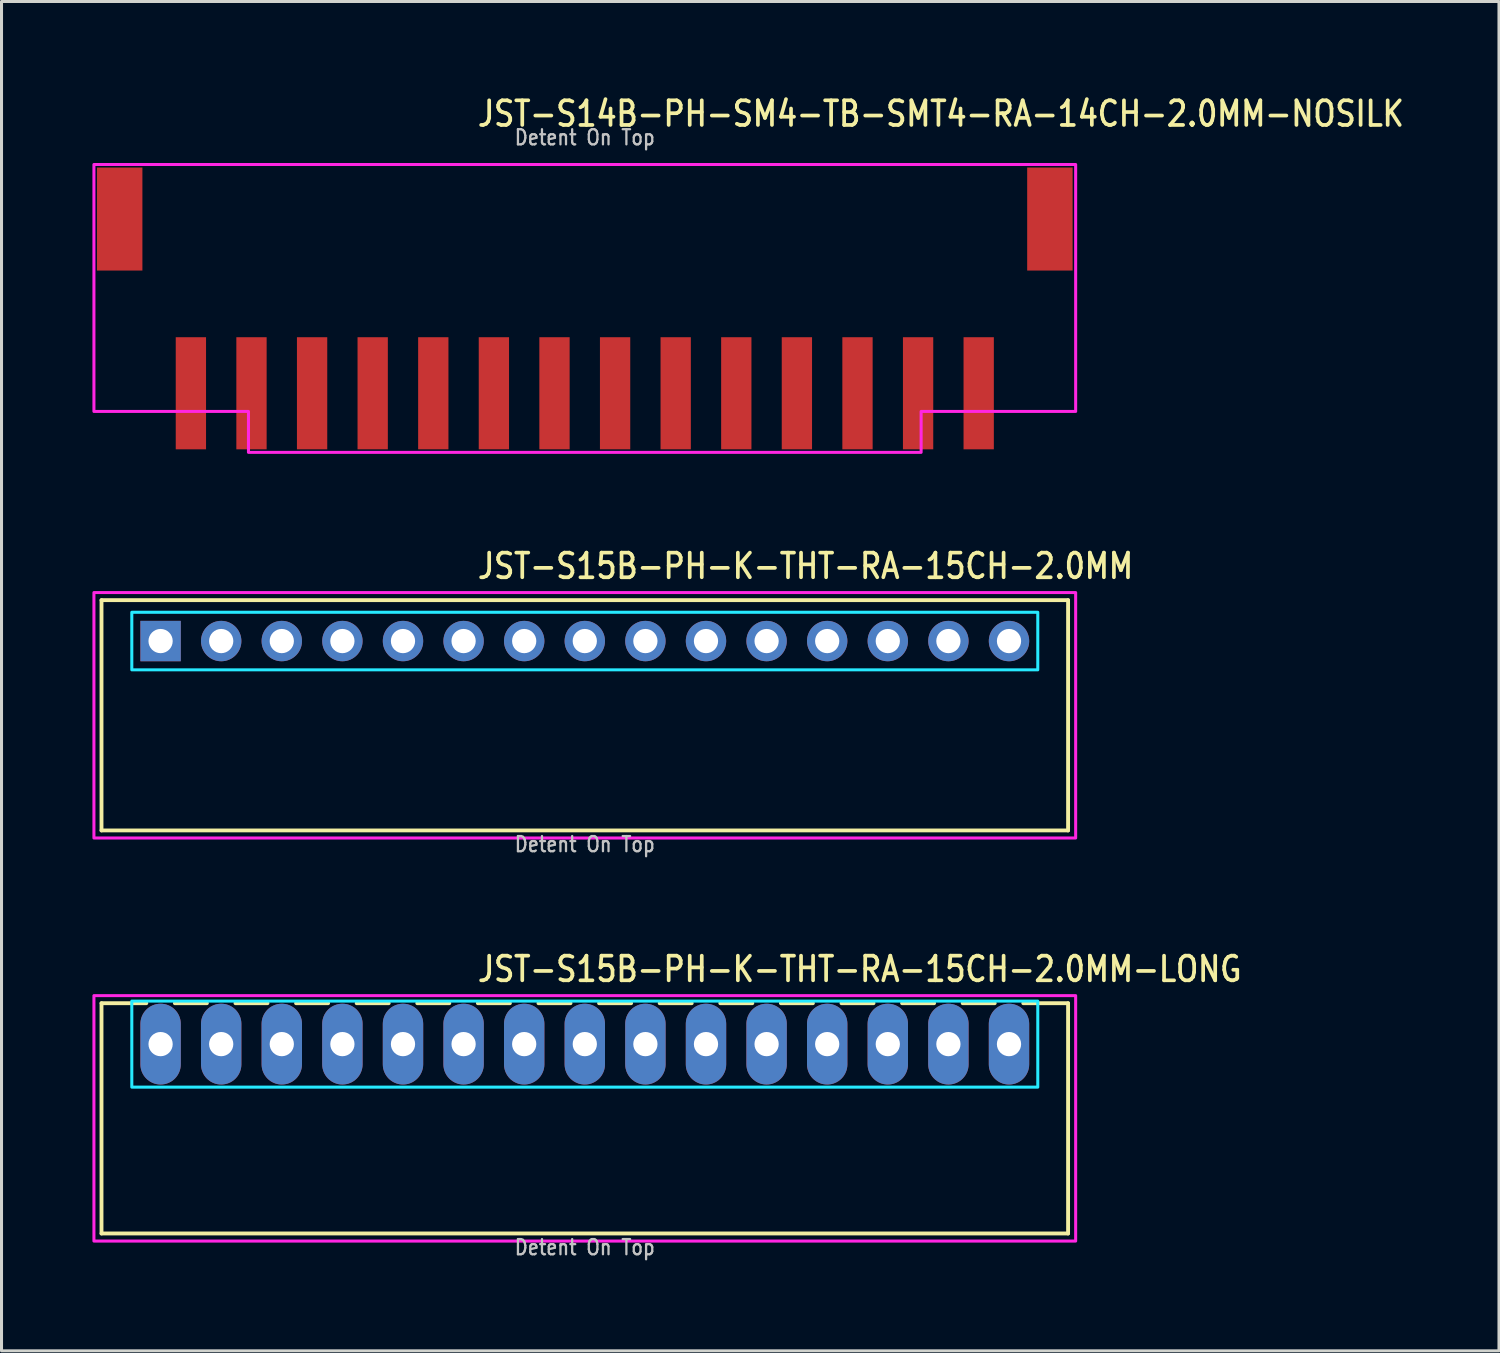
<source format=kicad_pcb>
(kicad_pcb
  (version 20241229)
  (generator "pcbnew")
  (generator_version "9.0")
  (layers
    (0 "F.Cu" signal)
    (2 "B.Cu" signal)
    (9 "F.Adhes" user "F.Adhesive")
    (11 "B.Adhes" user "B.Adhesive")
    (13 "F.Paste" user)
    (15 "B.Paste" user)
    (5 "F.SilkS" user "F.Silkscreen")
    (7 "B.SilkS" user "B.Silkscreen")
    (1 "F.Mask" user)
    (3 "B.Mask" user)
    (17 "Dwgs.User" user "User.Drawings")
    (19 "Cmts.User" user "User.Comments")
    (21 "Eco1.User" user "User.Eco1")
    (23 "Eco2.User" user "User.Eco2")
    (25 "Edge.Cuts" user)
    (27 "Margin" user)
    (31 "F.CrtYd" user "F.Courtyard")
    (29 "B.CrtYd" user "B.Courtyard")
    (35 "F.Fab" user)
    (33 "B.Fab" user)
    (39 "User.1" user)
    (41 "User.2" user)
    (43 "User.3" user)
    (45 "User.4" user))
  (footprint "JST-S14B-PH-SM4-TB-SMT4-RA-14CH-2.0MM-NOSILK"
    (layer "F.Cu")
    (at 16.25 4.179)
    (property "Reference" "JST-S14B-PH-SM4-TB-SMT4-RA-14CH-2.0MM-NOSILK" (at -3.6 -3 0) (unlocked yes) (layer "F.SilkS") (effects (font (size 0.813 0.695) (thickness 0.122)) (justify left bottom)))
    (fp_poly (pts (xy -16.2 -1.8) (xy -16.2 6.35) (xy -11.1 6.35) (xy -11.1 7.7) (xy 11.1 7.7) (xy 11.1 6.35) (xy 16.2 6.35) (xy 16.2 -1.8)) (stroke (width 0.1) (type solid)) (fill no) (layer "F.CrtYd"))
    (fp_text user "Detent On Top" (at 0 -2.4 0) (unlocked yes) (layer "Dwgs.User") (effects (font (size 0.5 0.427) (thickness 0.075)) (justify bottom)))
    (pad "1" smd rect (at 13 5.75) (size 1 3.7) (layers "F.Cu" "F.Mask" "F.Paste"))
    (pad "2" smd rect (at 11 5.75) (size 1 3.7) (layers "F.Cu" "F.Mask" "F.Paste"))
    (pad "3" smd rect (at 9 5.75) (size 1 3.7) (layers "F.Cu" "F.Mask" "F.Paste"))
    (pad "4" smd rect (at 7 5.75) (size 1 3.7) (layers "F.Cu" "F.Mask" "F.Paste"))
    (pad "5" smd rect (at 5 5.75) (size 1 3.7) (layers "F.Cu" "F.Mask" "F.Paste"))
    (pad "6" smd rect (at 3 5.75) (size 1 3.7) (layers "F.Cu" "F.Mask" "F.Paste"))
    (pad "7" smd rect (at 1 5.75) (size 1 3.7) (layers "F.Cu" "F.Mask" "F.Paste"))
    (pad "8" smd rect (at -1 5.75) (size 1 3.7) (layers "F.Cu" "F.Mask" "F.Paste"))
    (pad "9" smd rect (at -3 5.75) (size 1 3.7) (layers "F.Cu" "F.Mask" "F.Paste"))
    (pad "10" smd rect (at -5 5.75) (size 1 3.7) (layers "F.Cu" "F.Mask" "F.Paste"))
    (pad "11" smd rect (at -7 5.75) (size 1 3.7) (layers "F.Cu" "F.Mask" "F.Paste"))
    (pad "12" smd rect (at -9 5.75) (size 1 3.7) (layers "F.Cu" "F.Mask" "F.Paste"))
    (pad "13" smd rect (at -11 5.75) (size 1 3.7) (layers "F.Cu" "F.Mask" "F.Paste"))
    (pad "14" smd rect (at -13 5.75) (size 1 3.7) (layers "F.Cu" "F.Mask" "F.Paste"))
    (pad "S_1" smd rect (at -15.35 0) (size 1.5 3.4) (layers "F.Cu" "F.Mask" "F.Paste"))
    (pad "S_2" smd rect (at 15.35 0) (size 1.5 3.4) (layers "F.Cu" "F.Mask" "F.Paste")))
  (footprint "JST-S15B-PH-K-THT-RA-15CH-2.0MM"
    (layer "F.Cu")
    (at 16.25 18.107)
    (property "Reference" "JST-S15B-PH-K-THT-RA-15CH-2.0MM" (at -3.6 -2 0) (unlocked yes) (layer "F.SilkS") (effects (font (size 0.813 0.695) (thickness 0.122)) (justify left bottom)))
    (fp_line (start -15.95 -1.35) (end 15.95 -1.35) (stroke (width 0.127) (type solid)) (layer "F.SilkS"))
    (fp_line (start -15.95 6.25) (end -15.95 -1.35) (stroke (width 0.127) (type solid)) (layer "F.SilkS"))
    (fp_line (start -15.95 6.25) (end 15.95 6.25) (stroke (width 0.127) (type solid)) (layer "F.SilkS"))
    (fp_line (start 15.95 -1.35) (end 15.95 6.25) (stroke (width 0.127) (type solid)) (layer "F.SilkS"))
    (fp_poly (pts (xy -14.95 -0.95) (xy -14.95 0.95) (xy 14.95 0.95) (xy 14.95 -0.95)) (stroke (width 0.1) (type solid)) (fill no) (layer "B.CrtYd"))
    (fp_poly (pts (xy -16.2 -1.6) (xy -16.2 6.5) (xy 16.2 6.5) (xy 16.2 -1.6)) (stroke (width 0.1) (type solid)) (fill no) (layer "F.CrtYd"))
    (fp_text user "Detent On Top" (at 0 7 0) (unlocked yes) (layer "Dwgs.User") (effects (font (size 0.5 0.427) (thickness 0.075)) (justify bottom)))
    (pad "1" thru_hole rect (at -14 0) (size 1.333 1.333) (drill 0.8) (layers "*.Cu" "*.Mask"))
    (pad "2" thru_hole oval (at -12 0) (size 1.333 1.333) (drill 0.8) (layers "*.Cu" "*.Mask"))
    (pad "3" thru_hole oval (at -10 0) (size 1.333 1.333) (drill 0.8) (layers "*.Cu" "*.Mask"))
    (pad "4" thru_hole oval (at -8 0) (size 1.333 1.333) (drill 0.8) (layers "*.Cu" "*.Mask"))
    (pad "5" thru_hole oval (at -6 0) (size 1.333 1.333) (drill 0.8) (layers "*.Cu" "*.Mask"))
    (pad "6" thru_hole oval (at -4 0) (size 1.333 1.333) (drill 0.8) (layers "*.Cu" "*.Mask"))
    (pad "7" thru_hole oval (at -2 0) (size 1.333 1.333) (drill 0.8) (layers "*.Cu" "*.Mask"))
    (pad "8" thru_hole oval (at 0 0) (size 1.333 1.333) (drill 0.8) (layers "*.Cu" "*.Mask"))
    (pad "9" thru_hole oval (at 2 0) (size 1.333 1.333) (drill 0.8) (layers "*.Cu" "*.Mask"))
    (pad "10" thru_hole oval (at 4 0) (size 1.333 1.333) (drill 0.8) (layers "*.Cu" "*.Mask"))
    (pad "11" thru_hole oval (at 6 0) (size 1.333 1.333) (drill 0.8) (layers "*.Cu" "*.Mask"))
    (pad "12" thru_hole oval (at 8 0) (size 1.333 1.333) (drill 0.8) (layers "*.Cu" "*.Mask"))
    (pad "13" thru_hole oval (at 10 0) (size 1.333 1.333) (drill 0.8) (layers "*.Cu" "*.Mask"))
    (pad "14" thru_hole oval (at 12 0) (size 1.333 1.333) (drill 0.8) (layers "*.Cu" "*.Mask"))
    (pad "15" thru_hole oval (at 14 0) (size 1.333 1.333) (drill 0.8) (layers "*.Cu" "*.Mask")))
  (footprint "JST-S15B-PH-K-THT-RA-15CH-2.0MM-LONG"
    (layer "F.Cu")
    (at 16.25 31.409)
    (property "Reference" "JST-S15B-PH-K-THT-RA-15CH-2.0MM-LONG" (at -3.6 -2 0) (unlocked yes) (layer "F.SilkS") (effects (font (size 0.813 0.695) (thickness 0.122)) (justify left bottom)))
    (fp_line (start -15.95 -1.35) (end -14.471 -1.35) (stroke (width 0.127) (type solid)) (layer "F.SilkS"))
    (fp_line (start -15.95 6.25) (end -15.95 -1.35) (stroke (width 0.127) (type solid)) (layer "F.SilkS"))
    (fp_line (start -15.95 6.25) (end 15.95 6.25) (stroke (width 0.127) (type solid)) (layer "F.SilkS"))
    (fp_line (start -13.529 -1.35) (end -12.471 -1.35) (stroke (width 0.127) (type solid)) (layer "F.SilkS"))
    (fp_line (start -11.529 -1.35) (end -10.471 -1.35) (stroke (width 0.127) (type solid)) (layer "F.SilkS"))
    (fp_line (start -9.529 -1.35) (end -8.471 -1.35) (stroke (width 0.127) (type solid)) (layer "F.SilkS"))
    (fp_line (start -7.529 -1.35) (end -6.471 -1.35) (stroke (width 0.127) (type solid)) (layer "F.SilkS"))
    (fp_line (start -5.529 -1.35) (end -4.471 -1.35) (stroke (width 0.127) (type solid)) (layer "F.SilkS"))
    (fp_line (start -3.529 -1.35) (end -2.471 -1.35) (stroke (width 0.127) (type solid)) (layer "F.SilkS"))
    (fp_line (start -1.529 -1.35) (end -0.471 -1.35) (stroke (width 0.127) (type solid)) (layer "F.SilkS"))
    (fp_line (start 0.471 -1.35) (end 1.529 -1.35) (stroke (width 0.127) (type solid)) (layer "F.SilkS"))
    (fp_line (start 2.471 -1.35) (end 3.529 -1.35) (stroke (width 0.127) (type solid)) (layer "F.SilkS"))
    (fp_line (start 4.471 -1.35) (end 5.529 -1.35) (stroke (width 0.127) (type solid)) (layer "F.SilkS"))
    (fp_line (start 6.471 -1.35) (end 7.529 -1.35) (stroke (width 0.127) (type solid)) (layer "F.SilkS"))
    (fp_line (start 8.471 -1.35) (end 9.529 -1.35) (stroke (width 0.127) (type solid)) (layer "F.SilkS"))
    (fp_line (start 10.471 -1.35) (end 11.529 -1.35) (stroke (width 0.127) (type solid)) (layer "F.SilkS"))
    (fp_line (start 12.471 -1.35) (end 13.529 -1.35) (stroke (width 0.127) (type solid)) (layer "F.SilkS"))
    (fp_line (start 14.471 -1.35) (end 15.95 -1.35) (stroke (width 0.127) (type solid)) (layer "F.SilkS"))
    (fp_line (start 15.95 -1.35) (end 15.95 6.25) (stroke (width 0.127) (type solid)) (layer "F.SilkS"))
    (fp_poly (pts (xy -14.95 -1.42) (xy -14.95 1.42) (xy 14.95 1.42) (xy 14.95 -1.42)) (stroke (width 0.1) (type solid)) (fill no) (layer "B.CrtYd"))
    (fp_poly (pts (xy -16.2 -1.6) (xy -16.2 6.5) (xy 16.2 6.5) (xy 16.2 -1.6)) (stroke (width 0.1) (type solid)) (fill no) (layer "F.CrtYd"))
    (fp_text user "Detent On Top" (at 0 7 0) (unlocked yes) (layer "Dwgs.User") (effects (font (size 0.5 0.427) (thickness 0.075)) (justify bottom)))
    (pad "1" thru_hole oval (at -14 0 90) (size 2.667 1.333) (drill 0.8) (layers "*.Cu" "*.Mask"))
    (pad "2" thru_hole oval (at -12 0 90) (size 2.667 1.333) (drill 0.8) (layers "*.Cu" "*.Mask"))
    (pad "3" thru_hole oval (at -10 0 90) (size 2.667 1.333) (drill 0.8) (layers "*.Cu" "*.Mask"))
    (pad "4" thru_hole oval (at -8 0 90) (size 2.667 1.333) (drill 0.8) (layers "*.Cu" "*.Mask"))
    (pad "5" thru_hole oval (at -6 0 90) (size 2.667 1.333) (drill 0.8) (layers "*.Cu" "*.Mask"))
    (pad "6" thru_hole oval (at -4 0 90) (size 2.667 1.333) (drill 0.8) (layers "*.Cu" "*.Mask"))
    (pad "7" thru_hole oval (at -2 0 90) (size 2.667 1.333) (drill 0.8) (layers "*.Cu" "*.Mask"))
    (pad "8" thru_hole oval (at 0 0 90) (size 2.667 1.333) (drill 0.8) (layers "*.Cu" "*.Mask"))
    (pad "9" thru_hole oval (at 2 0 90) (size 2.667 1.333) (drill 0.8) (layers "*.Cu" "*.Mask"))
    (pad "10" thru_hole oval (at 4 0 90) (size 2.667 1.333) (drill 0.8) (layers "*.Cu" "*.Mask"))
    (pad "11" thru_hole oval (at 6 0 90) (size 2.667 1.333) (drill 0.8) (layers "*.Cu" "*.Mask"))
    (pad "12" thru_hole oval (at 8 0 90) (size 2.667 1.333) (drill 0.8) (layers "*.Cu" "*.Mask"))
    (pad "13" thru_hole oval (at 10 0 90) (size 2.667 1.333) (drill 0.8) (layers "*.Cu" "*.Mask"))
    (pad "14" thru_hole oval (at 12 0 90) (size 2.667 1.333) (drill 0.8) (layers "*.Cu" "*.Mask"))
    (pad "15" thru_hole oval (at 14 0 90) (size 2.667 1.333) (drill 0.8) (layers "*.Cu" "*.Mask")))
  (gr_rect
    (start -3 -3)
    (end 46.421 41.532)
    (stroke (width 0.1) (type default))
    (fill no)
    (layer "Edge.Cuts")))
</source>
